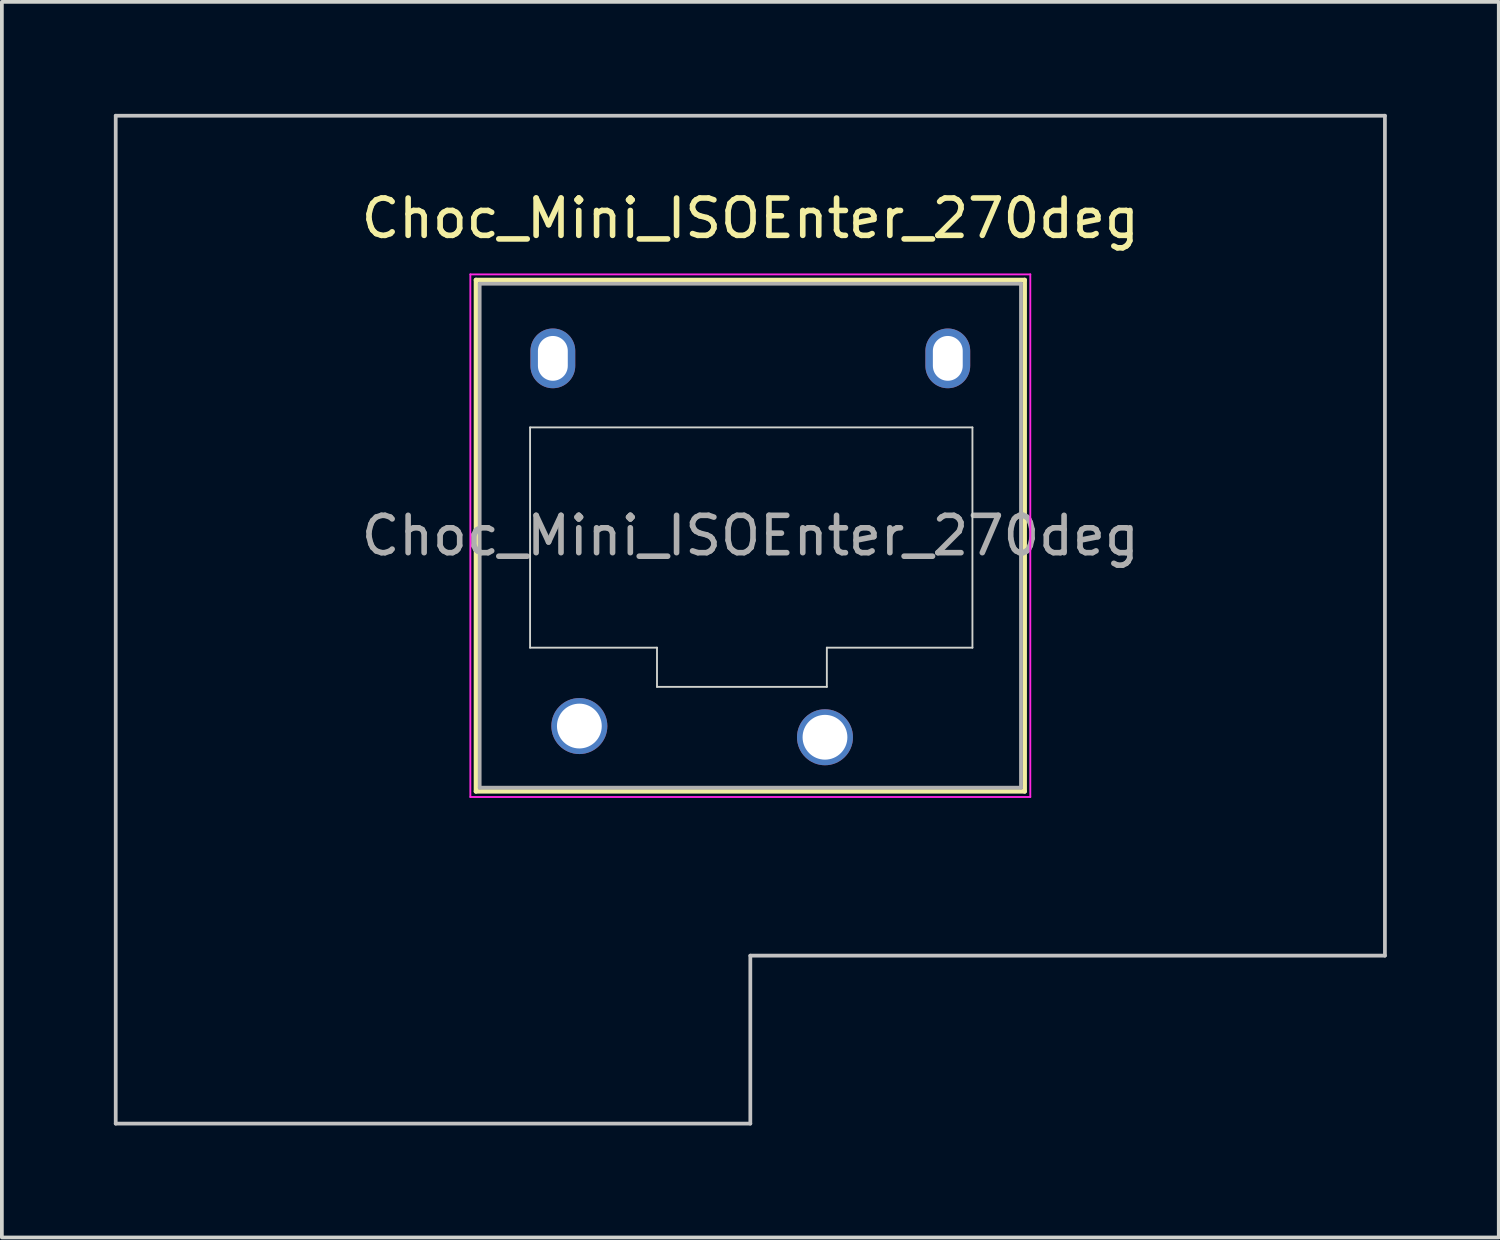
<source format=kicad_pcb>
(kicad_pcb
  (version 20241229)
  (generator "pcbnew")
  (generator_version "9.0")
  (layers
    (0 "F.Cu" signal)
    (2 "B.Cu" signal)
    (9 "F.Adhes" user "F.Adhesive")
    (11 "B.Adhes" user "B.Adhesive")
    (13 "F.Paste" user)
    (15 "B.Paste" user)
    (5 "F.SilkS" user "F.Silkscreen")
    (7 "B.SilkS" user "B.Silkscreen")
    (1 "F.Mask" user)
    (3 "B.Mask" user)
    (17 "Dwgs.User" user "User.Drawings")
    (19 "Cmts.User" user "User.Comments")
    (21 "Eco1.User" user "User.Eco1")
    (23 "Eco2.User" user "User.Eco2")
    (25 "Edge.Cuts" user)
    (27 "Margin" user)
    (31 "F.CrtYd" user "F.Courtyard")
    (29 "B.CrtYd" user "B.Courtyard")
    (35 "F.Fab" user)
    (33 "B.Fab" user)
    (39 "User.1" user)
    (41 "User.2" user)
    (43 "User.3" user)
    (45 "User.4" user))
  (footprint "Choc_Mini_ISOEnter_270deg"
    (layer "F.Cu")
    (at 17.05 11.3)
    (property "Reference" "Choc_Mini_ISOEnter_270deg" (at 0 -8.5 0) (layer "F.SilkS") (effects (font (size 1 1) (thickness 0.15))))
    (attr through_hole)
    (fp_line (start -7.35 -6.85) (end -7.35 6.85) (stroke (width 0.12) (type solid)) (layer "F.SilkS"))
    (fp_line (start -7.35 6.85) (end 7.35 6.85) (stroke (width 0.12) (type solid)) (layer "F.SilkS"))
    (fp_line (start 7.35 -6.85) (end -7.35 -6.85) (stroke (width 0.12) (type solid)) (layer "F.SilkS"))
    (fp_line (start 7.35 6.85) (end 7.35 -6.85) (stroke (width 0.12) (type solid)) (layer "F.SilkS"))
    (fp_line (start -17 -11.25) (end -17 15.75) (stroke (width 0.1) (type solid)) (layer "Dwgs.User"))
    (fp_line (start -17 15.75) (end 0 15.75) (stroke (width 0.1) (type solid)) (layer "Dwgs.User"))
    (fp_line (start 0 11.25) (end 17 11.25) (stroke (width 0.1) (type solid)) (layer "Dwgs.User"))
    (fp_line (start 0 15.75) (end 0 11.25) (stroke (width 0.1) (type solid)) (layer "Dwgs.User"))
    (fp_line (start 17 -11.25) (end -17 -11.25) (stroke (width 0.1) (type solid)) (layer "Dwgs.User"))
    (fp_line (start 17 11.25) (end 17 -11.25) (stroke (width 0.1) (type solid)) (layer "Dwgs.User"))
    (fp_line (start -6.85 -6.35) (end -6.85 6.35) (stroke (width 0.1) (type solid)) (layer "Eco1.User"))
    (fp_line (start -6.85 6.35) (end 6.85 6.35) (stroke (width 0.1) (type solid)) (layer "Eco1.User"))
    (fp_line (start 6.85 -6.35) (end -6.85 -6.35) (stroke (width 0.1) (type solid)) (layer "Eco1.User"))
    (fp_line (start 6.85 6.35) (end 6.85 -6.35) (stroke (width 0.1) (type solid)) (layer "Eco1.User"))
    (fp_line (start -5.9 -2.9) (end -5.9 3) (stroke (width 0.05) (type solid)) (layer "Edge.Cuts"))
    (fp_line (start -5.9 3) (end -2.5 3) (stroke (width 0.05) (type solid)) (layer "Edge.Cuts"))
    (fp_line (start -2.5 3) (end -2.5 4.05) (stroke (width 0.05) (type solid)) (layer "Edge.Cuts"))
    (fp_line (start -2.5 4.05) (end 2.05 4.05) (stroke (width 0.05) (type solid)) (layer "Edge.Cuts"))
    (fp_line (start 2.05 3) (end 5.95 3) (stroke (width 0.05) (type solid)) (layer "Edge.Cuts"))
    (fp_line (start 2.05 4.05) (end 2.05 3) (stroke (width 0.05) (type solid)) (layer "Edge.Cuts"))
    (fp_line (start 5.95 -2.9) (end -5.9 -2.9) (stroke (width 0.05) (type solid)) (layer "Edge.Cuts"))
    (fp_line (start 5.95 3) (end 5.95 -2.9) (stroke (width 0.05) (type solid)) (layer "Edge.Cuts"))
    (fp_line (start -7.5 -7) (end -7.5 7) (stroke (width 0.05) (type solid)) (layer "F.CrtYd"))
    (fp_line (start -7.5 7) (end 7.5 7) (stroke (width 0.05) (type solid)) (layer "F.CrtYd"))
    (fp_line (start 7.5 -7) (end -7.5 -7) (stroke (width 0.05) (type solid)) (layer "F.CrtYd"))
    (fp_line (start 7.5 7) (end 7.5 -7) (stroke (width 0.05) (type solid)) (layer "F.CrtYd"))
    (fp_line (start -7.25 -6.75) (end -7.25 6.75) (stroke (width 0.1) (type solid)) (layer "F.Fab"))
    (fp_line (start -7.25 6.75) (end 7.25 6.75) (stroke (width 0.1) (type solid)) (layer "F.Fab"))
    (fp_line (start 7.25 -6.75) (end -7.25 -6.75) (stroke (width 0.1) (type solid)) (layer "F.Fab"))
    (fp_line (start 7.25 6.75) (end 7.25 -6.75) (stroke (width 0.1) (type solid)) (layer "F.Fab"))
    (fp_text user "${REFERENCE}" (at 0 0 0) (layer "F.Fab") (effects (font (size 1 1) (thickness 0.15))))
    (pad "" np_thru_hole oval (at -5.29 -4.75) (size 1.2 1.6) (drill oval 0.8 1.2) (layers "*.Cu" "*.Mask"))
    (pad "" np_thru_hole oval (at 5.29 -4.75) (size 1.2 1.6) (drill oval 0.8 1.2) (layers "*.Cu" "*.Mask"))
    (pad "1" thru_hole circle (at 2 5.4) (size 1.5 1.5) (drill 1.2) (layers "*.Cu" "*.Mask"))
    (pad "2" thru_hole circle (at -4.58 5.1) (size 1.5 1.5) (drill 1.2) (layers "*.Cu" "*.Mask")))
  (gr_rect
    (start -3 -3)
    (end 37.1 30.1)
    (stroke (width 0.1) (type default))
    (fill no)
    (layer "Edge.Cuts")))
</source>
